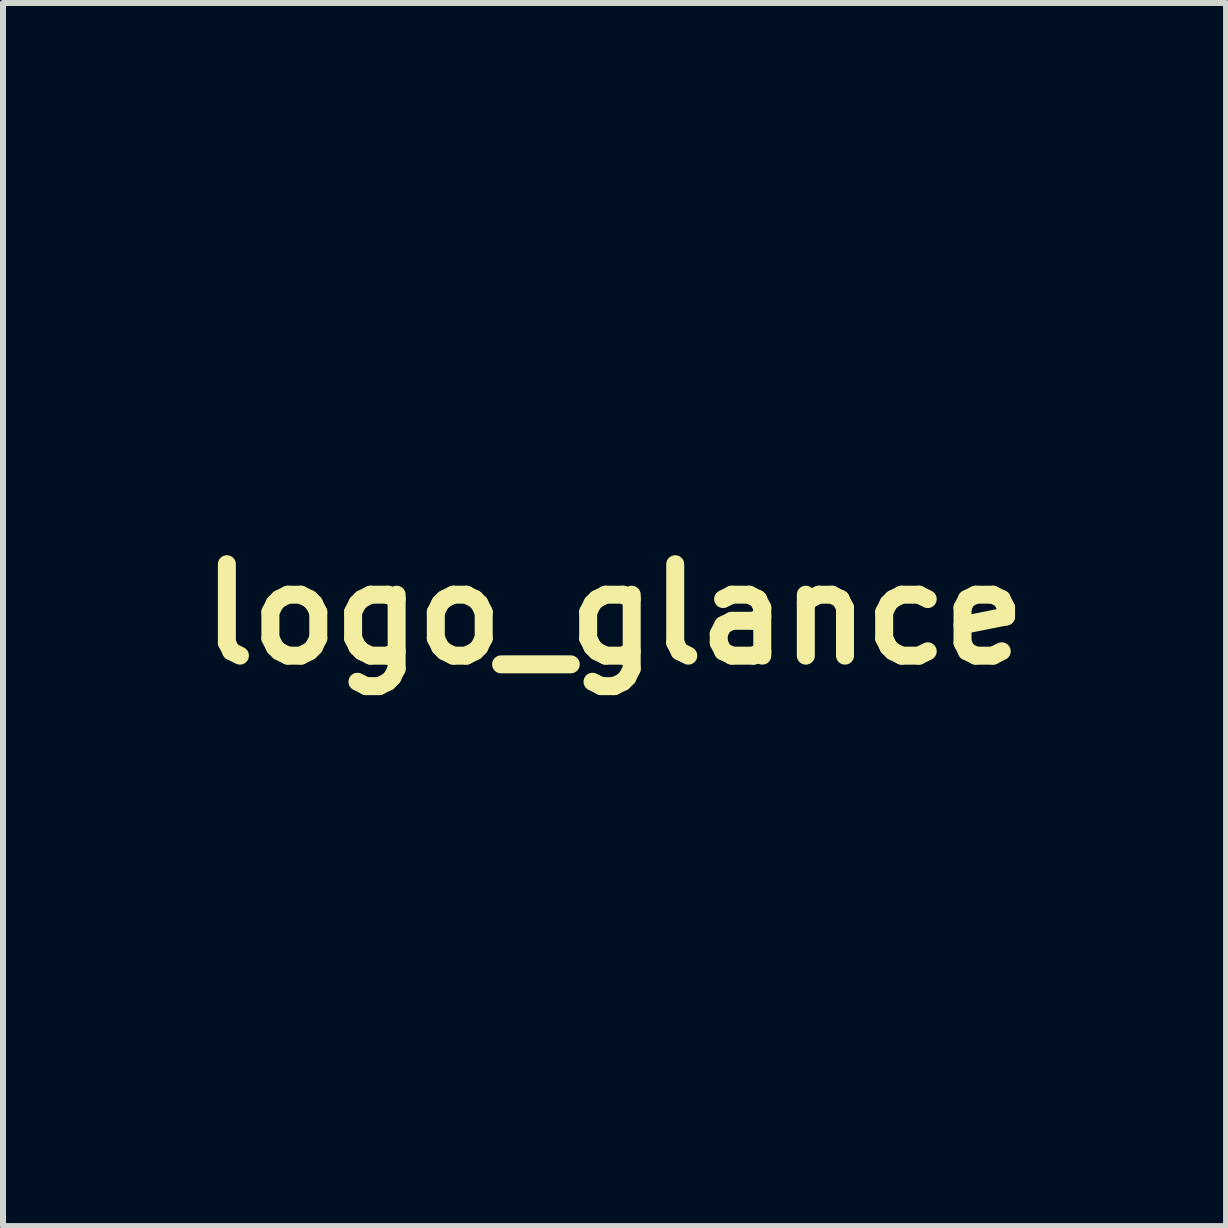
<source format=kicad_pcb>
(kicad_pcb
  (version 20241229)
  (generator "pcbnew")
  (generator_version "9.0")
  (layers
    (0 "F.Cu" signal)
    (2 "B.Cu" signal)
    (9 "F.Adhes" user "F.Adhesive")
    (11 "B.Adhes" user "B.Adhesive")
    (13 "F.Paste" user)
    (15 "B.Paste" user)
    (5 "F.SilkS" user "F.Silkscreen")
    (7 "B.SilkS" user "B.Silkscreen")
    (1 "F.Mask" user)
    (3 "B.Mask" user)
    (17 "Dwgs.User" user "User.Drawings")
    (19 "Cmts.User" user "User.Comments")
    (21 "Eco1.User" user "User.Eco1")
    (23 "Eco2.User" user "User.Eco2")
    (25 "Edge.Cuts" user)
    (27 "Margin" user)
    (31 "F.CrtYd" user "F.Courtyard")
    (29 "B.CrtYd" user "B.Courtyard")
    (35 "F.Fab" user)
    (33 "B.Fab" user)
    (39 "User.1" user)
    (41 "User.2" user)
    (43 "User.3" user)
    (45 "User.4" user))
  (footprint "logo_glance"
    (layer "F.Cu")
    (at 7.191 7.191)
    (property "Reference" "logo_glance" (at 0 0 0) (layer "F.SilkS") (effects (font (size 1.524 1.524) (thickness 0.3))))
    (attr through_hole)
    (fp_poly (pts (xy -0.379 -3.179) (xy -0.32 -3.156) (xy -0.211 -3.09) (xy -0.124 -3.003) (xy -0.061 -2.9) (xy -0.022 -2.787) (xy -0.009 -2.668) (xy -0.023 -2.548) (xy -0.064 -2.433) (xy -0.134 -2.328) (xy -0.163 -2.296) (xy -0.261 -2.22) (xy -0.374 -2.168) (xy -0.495 -2.141) (xy -0.616 -2.143) (xy -0.706 -2.164) (xy -0.834 -2.225) (xy -0.936 -2.307) (xy -1.01 -2.409) (xy -1.056 -2.529) (xy -1.074 -2.667) (xy -1.074 -2.676) (xy -1.072 -2.752) (xy -1.063 -2.811) (xy -1.043 -2.867) (xy -1.028 -2.899) (xy -0.955 -3.011) (xy -0.862 -3.099) (xy -0.753 -3.161) (xy -0.633 -3.197) (xy -0.507 -3.203) (xy -0.379 -3.179)) (stroke (width 0.01) (type solid)) (fill yes) (layer "F.Mask"))
    (fp_poly (pts (xy 0.767 1.944) (xy 0.869 1.972) (xy 0.883 1.979) (xy 1.001 2.053) (xy 1.094 2.147) (xy 1.146 2.231) (xy 1.171 2.287) (xy 1.185 2.336) (xy 1.192 2.393) (xy 1.193 2.471) (xy 1.193 2.472) (xy 1.191 2.553) (xy 1.183 2.613) (xy 1.168 2.664) (xy 1.152 2.7) (xy 1.079 2.812) (xy 0.985 2.9) (xy 0.873 2.962) (xy 0.748 2.997) (xy 0.615 3.002) (xy 0.572 2.996) (xy 0.473 2.967) (xy 0.374 2.916) (xy 0.288 2.85) (xy 0.261 2.821) (xy 0.19 2.714) (xy 0.149 2.592) (xy 0.139 2.456) (xy 0.139 2.438) (xy 0.163 2.303) (xy 0.215 2.185) (xy 0.295 2.085) (xy 0.402 2.005) (xy 0.438 1.986) (xy 0.54 1.951) (xy 0.653 1.937) (xy 0.767 1.944)) (stroke (width 0.01) (type solid)) (fill yes) (layer "F.Mask"))
    (fp_poly (pts (xy 0.182 -7.174) (xy 0.338 -7.139) (xy 0.483 -7.078) (xy 0.596 -7.011) (xy 0.619 -6.993) (xy 0.654 -6.963) (xy 0.703 -6.919) (xy 0.764 -6.862) (xy 0.84 -6.789) (xy 0.932 -6.701) (xy 1.039 -6.596) (xy 1.164 -6.475) (xy 1.305 -6.335) (xy 1.466 -6.176) (xy 1.645 -5.999) (xy 1.844 -5.8) (xy 2.064 -5.581) (xy 2.306 -5.341) (xy 2.569 -5.077) (xy 2.856 -4.79) (xy 2.862 -4.785) (xy 5.004 -2.642) (xy 1.157 1.205) (xy 1.04 1.168) (xy 0.918 1.14) (xy 0.776 1.124) (xy 0.628 1.12) (xy 0.485 1.13) (xy 0.406 1.142) (xy 0.203 1.2) (xy 0.014 1.286) (xy -0.159 1.4) (xy -0.311 1.537) (xy -0.441 1.696) (xy -0.542 1.87) (xy -0.601 2.004) (xy -0.642 2.123) (xy -0.668 2.239) (xy -0.68 2.365) (xy -0.682 2.472) (xy -0.665 2.687) (xy -0.617 2.891) (xy -0.54 3.081) (xy -0.436 3.255) (xy -0.306 3.412) (xy -0.153 3.547) (xy 0.022 3.66) (xy 0.218 3.748) (xy 0.317 3.78) (xy 0.422 3.802) (xy 0.548 3.815) (xy 0.684 3.819) (xy 0.816 3.814) (xy 0.935 3.801) (xy 0.999 3.787) (xy 1.202 3.715) (xy 1.389 3.614) (xy 1.558 3.487) (xy 1.705 3.336) (xy 1.829 3.163) (xy 1.927 2.97) (xy 1.958 2.887) (xy 1.976 2.834) (xy 1.989 2.788) (xy 1.997 2.742) (xy 2.002 2.688) (xy 2.005 2.618) (xy 2.006 2.526) (xy 2.006 2.472) (xy 2.005 2.363) (xy 2.003 2.281) (xy 1.999 2.218) (xy 1.992 2.168) (xy 1.981 2.122) (xy 1.968 2.083) (xy 1.931 1.973) (xy 3.853 0.051) (xy 5.775 -1.871) (xy 6.38 -1.262) (xy 6.543 -1.096) (xy 6.682 -0.954) (xy 6.798 -0.833) (xy 6.891 -0.734) (xy 6.962 -0.656) (xy 7.011 -0.597) (xy 7.04 -0.559) (xy 7.041 -0.556) (xy 7.125 -0.381) (xy 7.176 -0.2) (xy 7.194 -0.014) (xy 7.179 0.173) (xy 7.132 0.359) (xy 7.077 0.491) (xy 7.007 0.635) (xy 0.635 7.007) (xy 0.491 7.077) (xy 0.308 7.148) (xy 0.122 7.187) (xy -0.064 7.194) (xy -0.229 7.172) (xy -0.394 7.12) (xy -0.556 7.038) (xy -0.633 6.986) (xy -0.656 6.967) (xy -0.701 6.924) (xy -0.768 6.86) (xy -0.855 6.776) (xy -0.96 6.673) (xy -1.084 6.552) (xy -1.223 6.414) (xy -1.378 6.262) (xy -1.546 6.095) (xy -1.727 5.916) (xy -1.919 5.725) (xy -2.121 5.524) (xy -2.331 5.315) (xy -2.549 5.097) (xy -2.774 4.873) (xy -2.891 4.755) (xy -5.046 2.599) (xy -3.042 0.596) (xy -1.039 -1.408) (xy -0.913 -1.369) (xy -0.856 -1.352) (xy -0.802 -1.341) (xy -0.743 -1.334) (xy -0.669 -1.331) (xy -0.572 -1.329) (xy -0.542 -1.329) (xy -0.438 -1.33) (xy -0.359 -1.333) (xy -0.296 -1.339) (xy -0.241 -1.349) (xy -0.185 -1.364) (xy -0.169 -1.369) (xy 0.032 -1.448) (xy 0.214 -1.553) (xy 0.374 -1.679) (xy 0.511 -1.825) (xy 0.625 -1.988) (xy 0.712 -2.164) (xy 0.773 -2.352) (xy 0.805 -2.548) (xy 0.808 -2.749) (xy 0.779 -2.954) (xy 0.722 -3.15) (xy 0.636 -3.333) (xy 0.522 -3.502) (xy 0.384 -3.654) (xy 0.226 -3.783) (xy 0.052 -3.888) (xy -0.109 -3.954) (xy -0.315 -4.006) (xy -0.522 -4.025) (xy -0.726 -4.013) (xy -0.925 -3.97) (xy -1.114 -3.898) (xy -1.291 -3.798) (xy -1.453 -3.672) (xy -1.597 -3.519) (xy -1.677 -3.409) (xy -1.776 -3.228) (xy -1.846 -3.034) (xy -1.886 -2.831) (xy -1.895 -2.625) (xy -1.873 -2.42) (xy -1.846 -2.304) (xy -1.81 -2.178) (xy -3.813 -0.175) (xy -5.816 1.829) (xy -6.372 1.274) (xy -6.521 1.125) (xy -6.647 0.997) (xy -6.754 0.887) (xy -6.842 0.793) (xy -6.914 0.712) (xy -6.973 0.642) (xy -7.019 0.579) (xy -7.057 0.522) (xy -7.086 0.468) (xy -7.111 0.413) (xy -7.132 0.357) (xy -7.139 0.334) (xy -7.162 0.259) (xy -7.175 0.192) (xy -7.183 0.118) (xy -7.186 0.027) (xy -7.186 0.008) (xy -7.183 -0.113) (xy -7.17 -0.216) (xy -7.145 -0.314) (xy -7.105 -0.416) (xy -7.057 -0.516) (xy -7.05 -0.531) (xy -7.041 -0.545) (xy -7.032 -0.561) (xy -7.019 -0.579) (xy -7.004 -0.599) (xy -6.984 -0.624) (xy -6.959 -0.653) (xy -6.928 -0.688) (xy -6.89 -0.729) (xy -6.845 -0.777) (xy -6.791 -0.834) (xy -6.728 -0.9) (xy -6.654 -0.976) (xy -6.569 -1.063) (xy -6.472 -1.161) (xy -6.362 -1.273) (xy -6.238 -1.398) (xy -6.1 -1.537) (xy -5.946 -1.692) (xy -5.776 -1.862) (xy -5.589 -2.05) (xy -5.383 -2.256) (xy -5.159 -2.481) (xy -4.914 -2.726) (xy -4.649 -2.991) (xy -4.362 -3.278) (xy -4.053 -3.587) (xy -3.82 -3.82) (xy -3.494 -4.146) (xy -3.192 -4.448) (xy -2.911 -4.729) (xy -2.652 -4.988) (xy -2.413 -5.226) (xy -2.194 -5.445) (xy -1.994 -5.645) (xy -1.811 -5.828) (xy -1.645 -5.993) (xy -1.495 -6.142) (xy -1.36 -6.276) (xy -1.239 -6.396) (xy -1.131 -6.502) (xy -1.036 -6.595) (xy -0.953 -6.677) (xy -0.88 -6.747) (xy -0.817 -6.808) (xy -0.762 -6.859) (xy -0.716 -6.902) (xy -0.677 -6.938) (xy -0.644 -6.967) (xy -0.616 -6.99) (xy -0.593 -7.009) (xy -0.573 -7.023) (xy -0.556 -7.035) (xy -0.541 -7.044) (xy -0.527 -7.052) (xy -0.516 -7.057) (xy -0.4 -7.112) (xy -0.299 -7.15) (xy -0.201 -7.173) (xy -0.096 -7.184) (xy 0.008 -7.186) (xy 0.182 -7.174)) (stroke (width 0.01) (type solid)) (fill yes) (layer "F.Mask")))
  (gr_rect
    (start -3 -3)
    (end 17.39 17.39)
    (stroke (width 0.1) (type default))
    (fill no)
    (layer "Edge.Cuts")))
</source>
